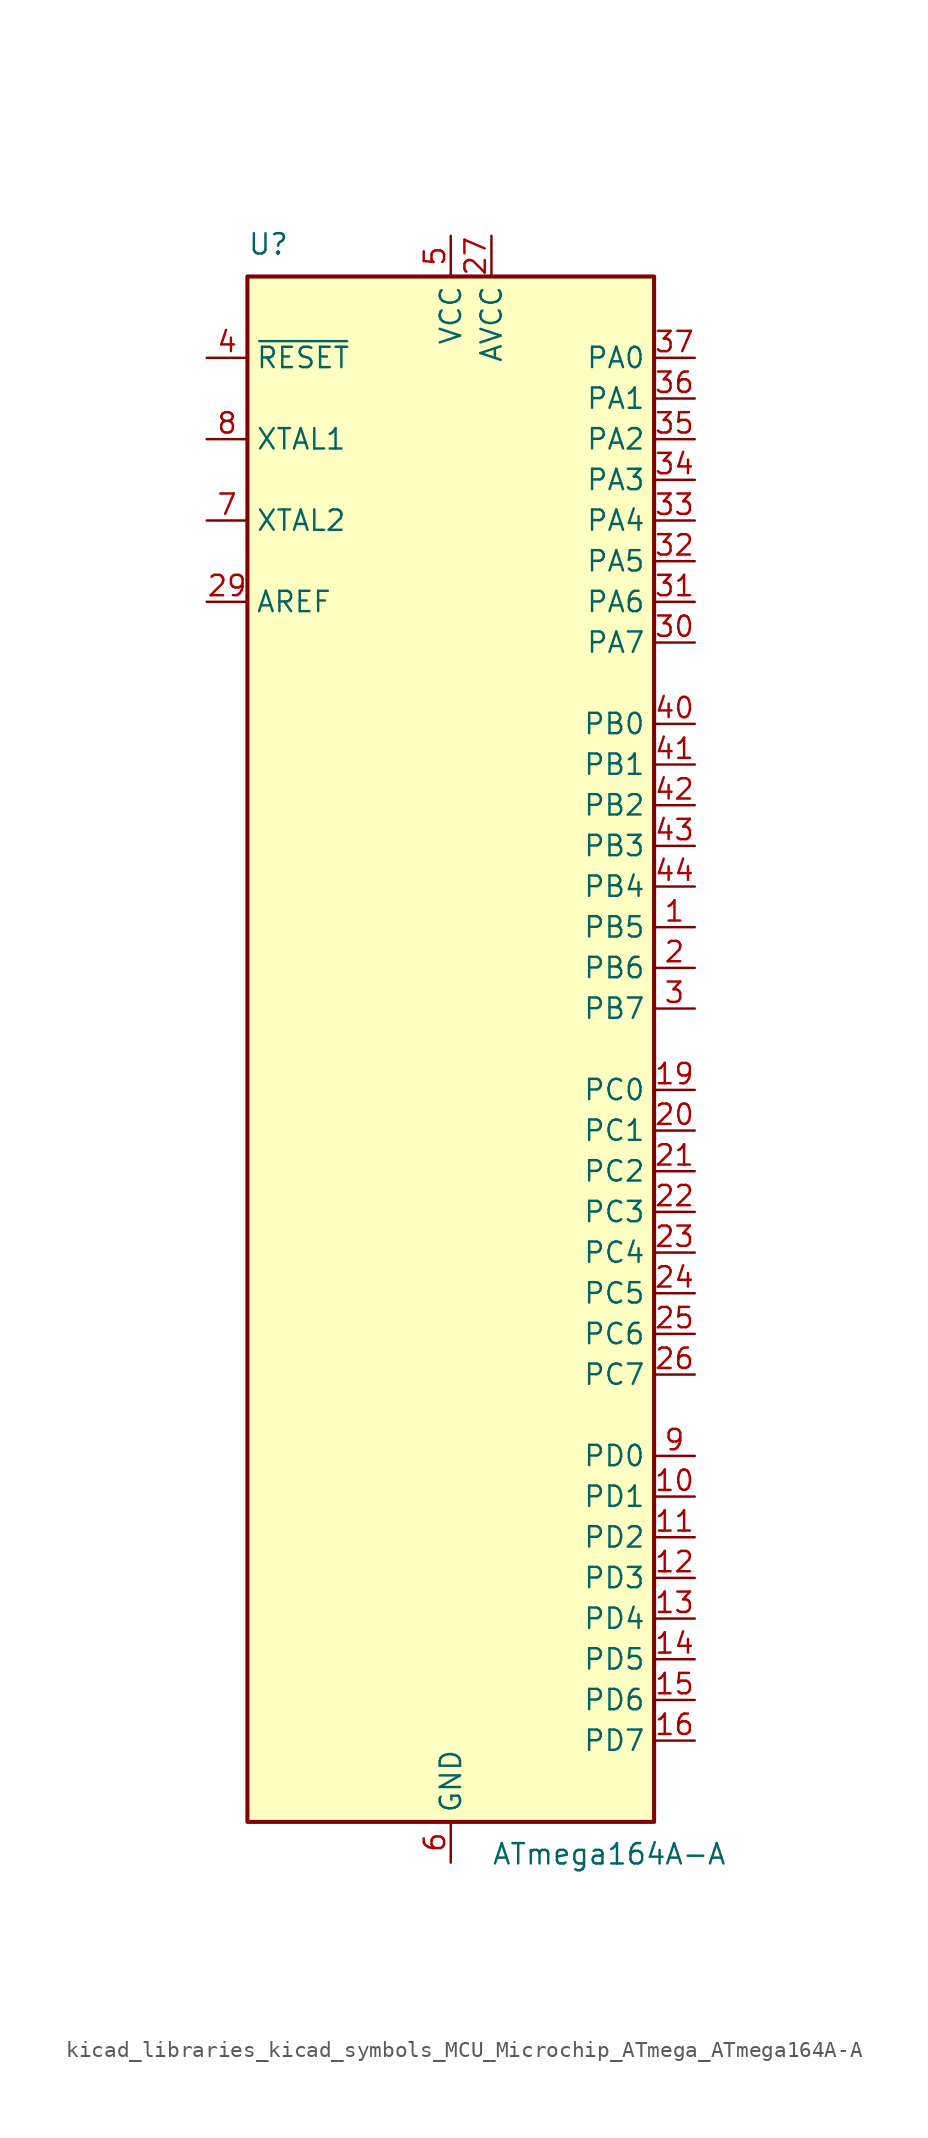
<source format=kicad_sym>
(kicad_symbol_lib
  (version 20220914)
  (generator kicad_symbol_editor)
  (symbol "kicad_libraries_kicad_symbols_MCU_Microchip_ATmega_ATmega164A-A"
    (property "Reference" "U"
      (at -12.7 49.53 0)
      (effects (font (size 1.27 1.27)) (justify left bottom)))
    (property "Value" "ATmega164A-A"
      (at 2.54 -49.53 0)
      (effects (font (size 1.27 1.27)) (justify left top)))
    (symbol "kicad_libraries_kicad_symbols_MCU_Microchip_ATmega_ATmega164A-A_0_1"
      (rectangle (start -12.7 -48.26) (end 12.7 48.26) (stroke (width 0.254) (type default)) (fill (type background))))
    (symbol "kicad_libraries_kicad_symbols_MCU_Microchip_ATmega_ATmega164A-A_1_1"
      (pin bidirectional line (at 15.24 7.62 180) (length 2.54) (name "PB5" (effects (font (size 1.27 1.27)))) (number "1" (effects (font (size 1.27 1.27)))))
      (pin bidirectional line (at 15.24 -27.94 180) (length 2.54) (name "PD1" (effects (font (size 1.27 1.27)))) (number "10" (effects (font (size 1.27 1.27)))))
      (pin bidirectional line (at 15.24 -30.48 180) (length 2.54) (name "PD2" (effects (font (size 1.27 1.27)))) (number "11" (effects (font (size 1.27 1.27)))))
      (pin bidirectional line (at 15.24 -33.02 180) (length 2.54) (name "PD3" (effects (font (size 1.27 1.27)))) (number "12" (effects (font (size 1.27 1.27)))))
      (pin bidirectional line (at 15.24 -35.56 180) (length 2.54) (name "PD4" (effects (font (size 1.27 1.27)))) (number "13" (effects (font (size 1.27 1.27)))))
      (pin bidirectional line (at 15.24 -38.1 180) (length 2.54) (name "PD5" (effects (font (size 1.27 1.27)))) (number "14" (effects (font (size 1.27 1.27)))))
      (pin bidirectional line (at 15.24 -40.64 180) (length 2.54) (name "PD6" (effects (font (size 1.27 1.27)))) (number "15" (effects (font (size 1.27 1.27)))))
      (pin bidirectional line (at 15.24 -43.18 180) (length 2.54) (name "PD7" (effects (font (size 1.27 1.27)))) (number "16" (effects (font (size 1.27 1.27)))))
      (pin passive line (at 0 50.8 270) (length 2.54) hide (name "VCC" (effects (font (size 1.27 1.27)))) (number "17" (effects (font (size 1.27 1.27)))))
      (pin passive line (at 0 -50.8 90) (length 2.54) hide (name "GND" (effects (font (size 1.27 1.27)))) (number "18" (effects (font (size 1.27 1.27)))))
      (pin bidirectional line (at 15.24 -2.54 180) (length 2.54) (name "PC0" (effects (font (size 1.27 1.27)))) (number "19" (effects (font (size 1.27 1.27)))))
      (pin bidirectional line (at 15.24 5.08 180) (length 2.54) (name "PB6" (effects (font (size 1.27 1.27)))) (number "2" (effects (font (size 1.27 1.27)))))
      (pin bidirectional line (at 15.24 -5.08 180) (length 2.54) (name "PC1" (effects (font (size 1.27 1.27)))) (number "20" (effects (font (size 1.27 1.27)))))
      (pin bidirectional line (at 15.24 -7.62 180) (length 2.54) (name "PC2" (effects (font (size 1.27 1.27)))) (number "21" (effects (font (size 1.27 1.27)))))
      (pin bidirectional line (at 15.24 -10.16 180) (length 2.54) (name "PC3" (effects (font (size 1.27 1.27)))) (number "22" (effects (font (size 1.27 1.27)))))
      (pin bidirectional line (at 15.24 -12.7 180) (length 2.54) (name "PC4" (effects (font (size 1.27 1.27)))) (number "23" (effects (font (size 1.27 1.27)))))
      (pin bidirectional line (at 15.24 -15.24 180) (length 2.54) (name "PC5" (effects (font (size 1.27 1.27)))) (number "24" (effects (font (size 1.27 1.27)))))
      (pin bidirectional line (at 15.24 -17.78 180) (length 2.54) (name "PC6" (effects (font (size 1.27 1.27)))) (number "25" (effects (font (size 1.27 1.27)))))
      (pin bidirectional line (at 15.24 -20.32 180) (length 2.54) (name "PC7" (effects (font (size 1.27 1.27)))) (number "26" (effects (font (size 1.27 1.27)))))
      (pin power_in line (at 2.54 50.8 270) (length 2.54) (name "AVCC" (effects (font (size 1.27 1.27)))) (number "27" (effects (font (size 1.27 1.27)))))
      (pin passive line (at 0 -50.8 90) (length 2.54) hide (name "GND" (effects (font (size 1.27 1.27)))) (number "28" (effects (font (size 1.27 1.27)))))
      (pin passive line (at -15.24 27.94 0) (length 2.54) (name "AREF" (effects (font (size 1.27 1.27)))) (number "29" (effects (font (size 1.27 1.27)))))
      (pin bidirectional line (at 15.24 2.54 180) (length 2.54) (name "PB7" (effects (font (size 1.27 1.27)))) (number "3" (effects (font (size 1.27 1.27)))))
      (pin bidirectional line (at 15.24 25.4 180) (length 2.54) (name "PA7" (effects (font (size 1.27 1.27)))) (number "30" (effects (font (size 1.27 1.27)))))
      (pin bidirectional line (at 15.24 27.94 180) (length 2.54) (name "PA6" (effects (font (size 1.27 1.27)))) (number "31" (effects (font (size 1.27 1.27)))))
      (pin bidirectional line (at 15.24 30.48 180) (length 2.54) (name "PA5" (effects (font (size 1.27 1.27)))) (number "32" (effects (font (size 1.27 1.27)))))
      (pin bidirectional line (at 15.24 33.02 180) (length 2.54) (name "PA4" (effects (font (size 1.27 1.27)))) (number "33" (effects (font (size 1.27 1.27)))))
      (pin bidirectional line (at 15.24 35.56 180) (length 2.54) (name "PA3" (effects (font (size 1.27 1.27)))) (number "34" (effects (font (size 1.27 1.27)))))
      (pin bidirectional line (at 15.24 38.1 180) (length 2.54) (name "PA2" (effects (font (size 1.27 1.27)))) (number "35" (effects (font (size 1.27 1.27)))))
      (pin bidirectional line (at 15.24 40.64 180) (length 2.54) (name "PA1" (effects (font (size 1.27 1.27)))) (number "36" (effects (font (size 1.27 1.27)))))
      (pin bidirectional line (at 15.24 43.18 180) (length 2.54) (name "PA0" (effects (font (size 1.27 1.27)))) (number "37" (effects (font (size 1.27 1.27)))))
      (pin passive line (at 0 50.8 270) (length 2.54) hide (name "VCC" (effects (font (size 1.27 1.27)))) (number "38" (effects (font (size 1.27 1.27)))))
      (pin passive line (at 0 -50.8 90) (length 2.54) hide (name "GND" (effects (font (size 1.27 1.27)))) (number "39" (effects (font (size 1.27 1.27)))))
      (pin input line (at -15.24 43.18 0) (length 2.54) (name "~{RESET}" (effects (font (size 1.27 1.27)))) (number "4" (effects (font (size 1.27 1.27)))))
      (pin bidirectional line (at 15.24 20.32 180) (length 2.54) (name "PB0" (effects (font (size 1.27 1.27)))) (number "40" (effects (font (size 1.27 1.27)))))
      (pin bidirectional line (at 15.24 17.78 180) (length 2.54) (name "PB1" (effects (font (size 1.27 1.27)))) (number "41" (effects (font (size 1.27 1.27)))))
      (pin bidirectional line (at 15.24 15.24 180) (length 2.54) (name "PB2" (effects (font (size 1.27 1.27)))) (number "42" (effects (font (size 1.27 1.27)))))
      (pin bidirectional line (at 15.24 12.7 180) (length 2.54) (name "PB3" (effects (font (size 1.27 1.27)))) (number "43" (effects (font (size 1.27 1.27)))))
      (pin bidirectional line (at 15.24 10.16 180) (length 2.54) (name "PB4" (effects (font (size 1.27 1.27)))) (number "44" (effects (font (size 1.27 1.27)))))
      (pin power_in line (at 0 50.8 270) (length 2.54) (name "VCC" (effects (font (size 1.27 1.27)))) (number "5" (effects (font (size 1.27 1.27)))))
      (pin power_in line (at 0 -50.8 90) (length 2.54) (name "GND" (effects (font (size 1.27 1.27)))) (number "6" (effects (font (size 1.27 1.27)))))
      (pin output line (at -15.24 33.02 0) (length 2.54) (name "XTAL2" (effects (font (size 1.27 1.27)))) (number "7" (effects (font (size 1.27 1.27)))))
      (pin input line (at -15.24 38.1 0) (length 2.54) (name "XTAL1" (effects (font (size 1.27 1.27)))) (number "8" (effects (font (size 1.27 1.27)))))
      (pin bidirectional line (at 15.24 -25.4 180) (length 2.54) (name "PD0" (effects (font (size 1.27 1.27)))) (number "9" (effects (font (size 1.27 1.27))))))))
</source>
